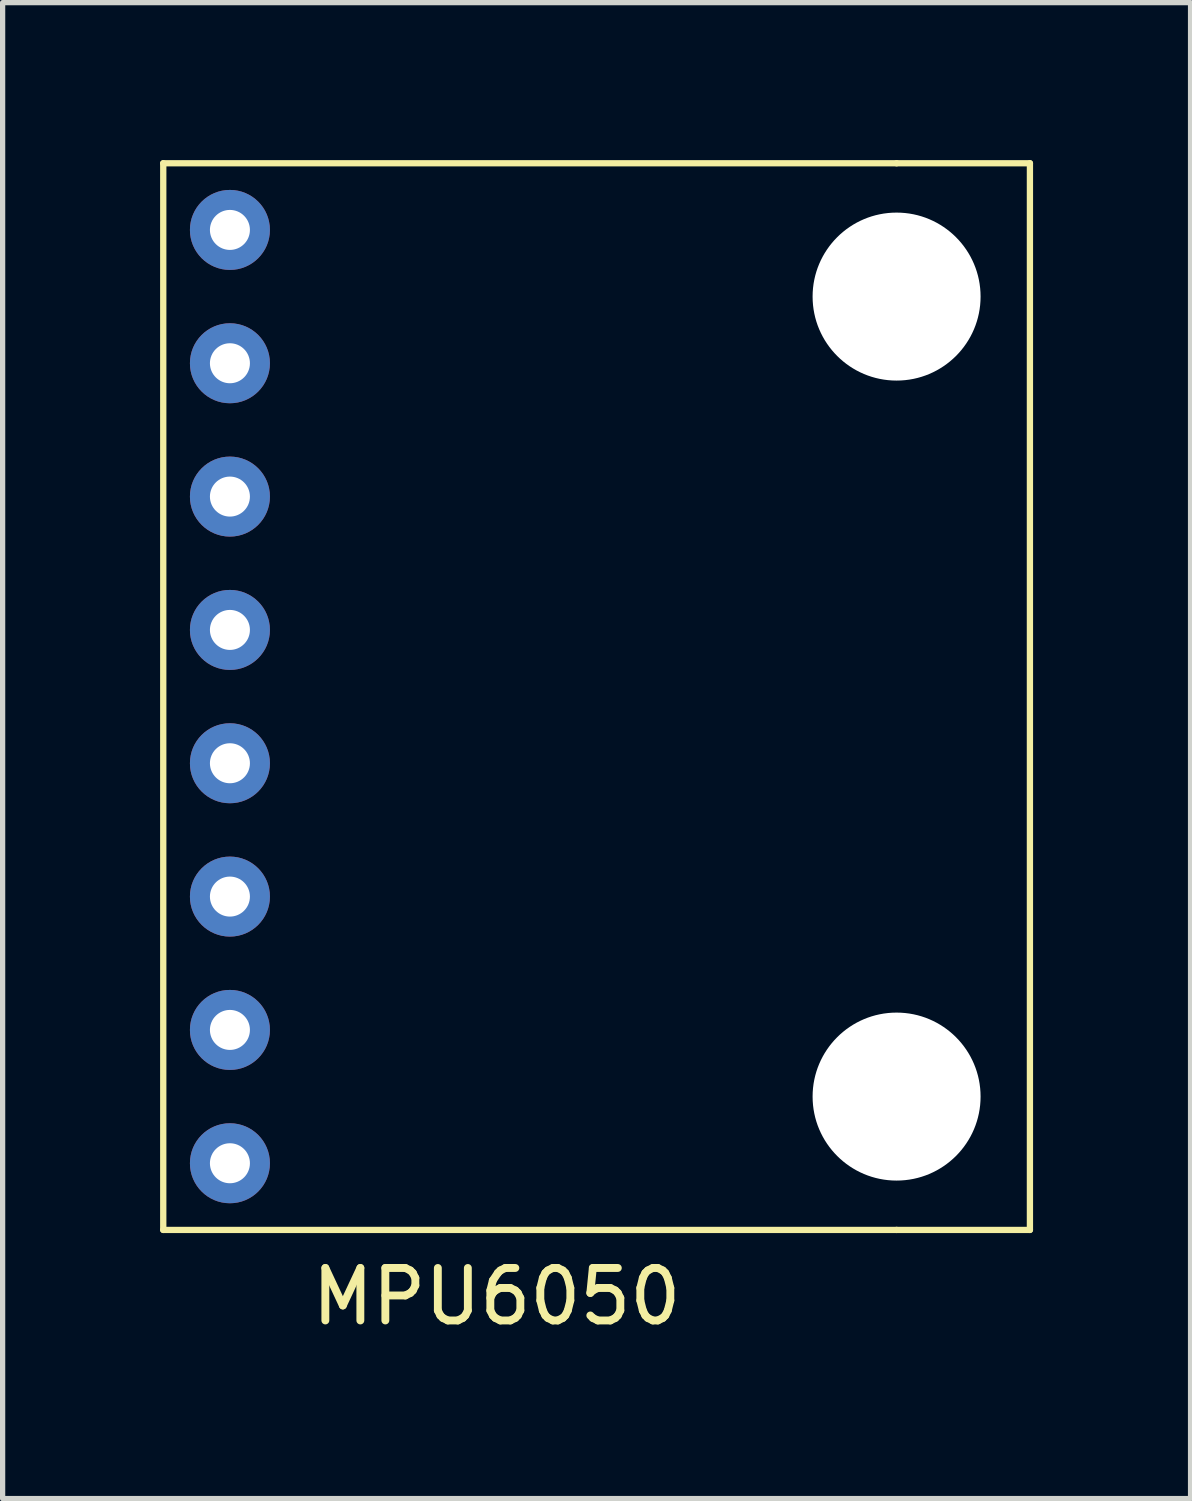
<source format=kicad_pcb>
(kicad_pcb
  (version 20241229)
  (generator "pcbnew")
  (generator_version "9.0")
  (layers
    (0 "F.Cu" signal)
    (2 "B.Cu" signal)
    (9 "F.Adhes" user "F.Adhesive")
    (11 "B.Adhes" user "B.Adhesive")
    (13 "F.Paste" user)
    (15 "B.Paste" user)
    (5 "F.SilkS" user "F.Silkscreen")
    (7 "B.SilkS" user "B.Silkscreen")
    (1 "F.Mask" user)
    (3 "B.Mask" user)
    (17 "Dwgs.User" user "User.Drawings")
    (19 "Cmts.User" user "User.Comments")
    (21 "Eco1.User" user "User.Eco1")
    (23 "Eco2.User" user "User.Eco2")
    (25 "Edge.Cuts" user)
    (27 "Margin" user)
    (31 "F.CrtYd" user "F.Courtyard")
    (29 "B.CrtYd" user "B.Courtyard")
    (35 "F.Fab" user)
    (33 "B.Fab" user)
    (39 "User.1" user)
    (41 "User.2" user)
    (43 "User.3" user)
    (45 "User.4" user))
  (footprint "MPU6050"
    (layer "F.Cu")
    (at 6.41 11.49)
    (property "Reference" "MPU6050" (at 0 10.16 0) (layer "F.SilkS") (effects (font (size 1 1) (thickness 0.15))))
    (attr through_hole)
    (fp_line (start -6.35 -11.43) (end -6.35 8.89) (stroke (width 0.12) (type solid)) (layer "F.SilkS"))
    (fp_line (start -6.35 8.89) (end 7.62 8.89) (stroke (width 0.12) (type solid)) (layer "F.SilkS"))
    (fp_line (start 7.62 -11.43) (end -6.35 -11.43) (stroke (width 0.12) (type solid)) (layer "F.SilkS"))
    (fp_line (start 7.62 -11.43) (end 10.16 -11.43) (stroke (width 0.12) (type solid)) (layer "F.SilkS"))
    (fp_line (start 7.62 8.89) (end 10.16 8.89) (stroke (width 0.12) (type solid)) (layer "F.SilkS"))
    (fp_line (start 10.16 8.89) (end 10.16 -11.43) (stroke (width 0.12) (type solid)) (layer "F.SilkS"))
    (pad "" np_thru_hole circle (at 7.62 -8.89) (size 3.2 3.2) (drill 3.2) (layers "*.Cu" "*.Mask"))
    (pad "" np_thru_hole circle (at 7.62 6.35) (size 3.2 3.2) (drill 3.2) (layers "*.Cu" "*.Mask"))
    (pad "1" thru_hole circle (at -5.08 -10.16) (size 1.524 1.524) (drill 0.762) (layers "*.Cu" "*.Mask"))
    (pad "2" thru_hole circle (at -5.08 -7.62) (size 1.524 1.524) (drill 0.762) (layers "*.Cu" "*.Mask"))
    (pad "3" thru_hole circle (at -5.08 -5.08) (size 1.524 1.524) (drill 0.762) (layers "*.Cu" "*.Mask"))
    (pad "4" thru_hole circle (at -5.08 -2.54) (size 1.524 1.524) (drill 0.762) (layers "*.Cu" "*.Mask"))
    (pad "5" thru_hole circle (at -5.08 0) (size 1.524 1.524) (drill 0.762) (layers "*.Cu" "*.Mask"))
    (pad "6" thru_hole circle (at -5.08 2.54) (size 1.524 1.524) (drill 0.762) (layers "*.Cu" "*.Mask"))
    (pad "7" thru_hole circle (at -5.08 5.08) (size 1.524 1.524) (drill 0.762) (layers "*.Cu" "*.Mask"))
    (pad "8" thru_hole circle (at -5.08 7.62) (size 1.524 1.524) (drill 0.762) (layers "*.Cu" "*.Mask")))
  (gr_rect
    (start -3 -3)
    (end 19.63 25.498)
    (stroke (width 0.1) (type default))
    (fill no)
    (layer "Edge.Cuts")))
</source>
